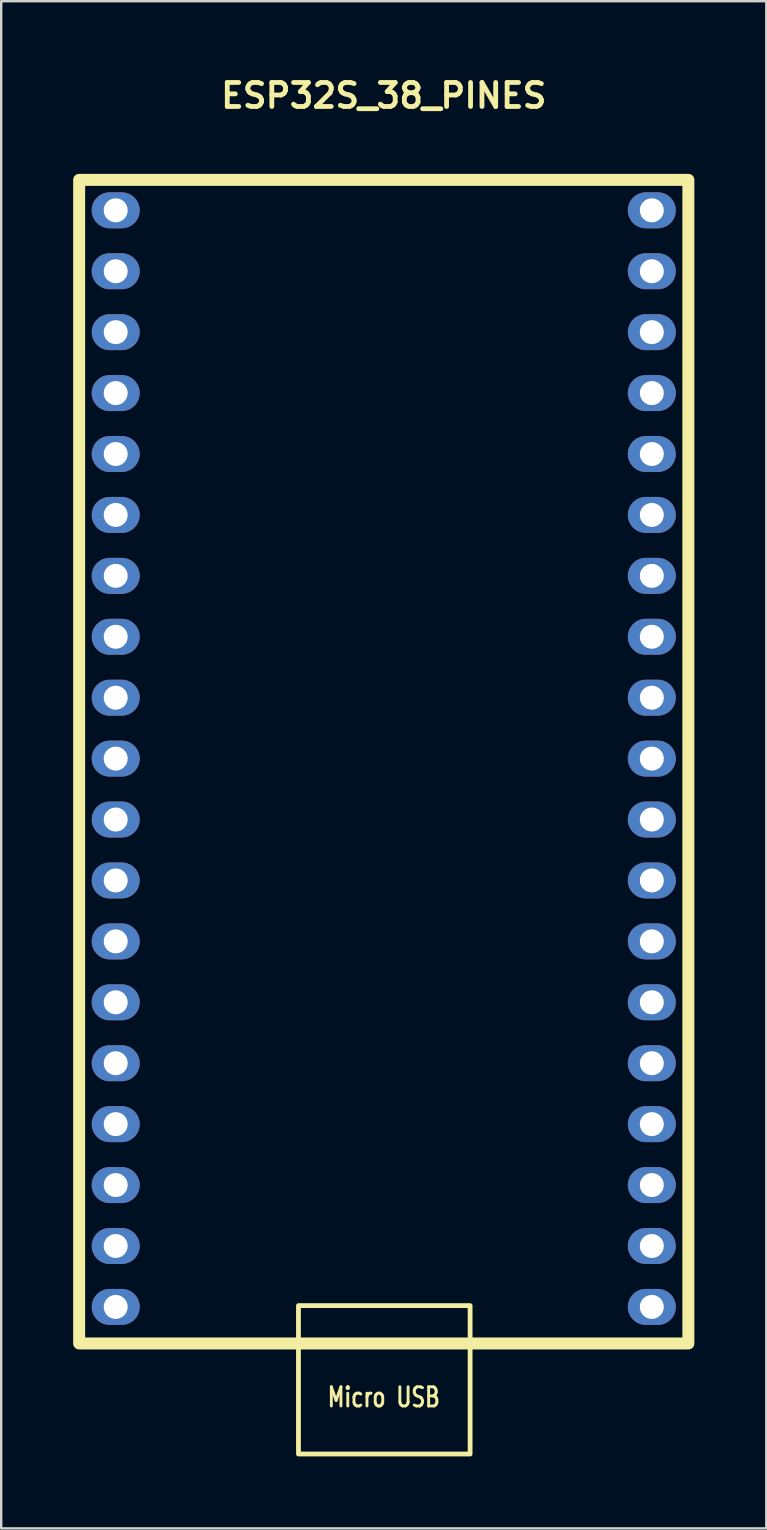
<source format=kicad_pcb>
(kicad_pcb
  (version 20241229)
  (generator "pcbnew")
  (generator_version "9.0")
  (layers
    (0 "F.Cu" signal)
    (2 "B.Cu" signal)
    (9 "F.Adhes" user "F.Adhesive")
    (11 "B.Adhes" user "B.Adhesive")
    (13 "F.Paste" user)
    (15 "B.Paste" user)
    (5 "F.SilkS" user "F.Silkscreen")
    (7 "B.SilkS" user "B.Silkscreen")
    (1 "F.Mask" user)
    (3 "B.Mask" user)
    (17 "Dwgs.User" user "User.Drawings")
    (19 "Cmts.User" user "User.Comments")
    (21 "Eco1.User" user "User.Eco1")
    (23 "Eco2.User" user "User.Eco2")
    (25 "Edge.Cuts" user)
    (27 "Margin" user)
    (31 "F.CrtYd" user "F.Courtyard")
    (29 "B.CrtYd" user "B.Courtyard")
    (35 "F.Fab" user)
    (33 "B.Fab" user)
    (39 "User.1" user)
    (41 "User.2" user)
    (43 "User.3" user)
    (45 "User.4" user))
  (footprint "ESP32S_38_PINES"
    (layer "F.Cu")
    (at 12.95 0.936)
    (property "Reference" "ESP32S_38_PINES" (at 0 0 0) (unlocked yes) (layer "F.SilkS") (effects (font (size 1 1) (thickness 0.2) (bold yes))))
    (attr smd)
    (fp_rect (start -12.7 3.513) (end 12.7 52.027) (stroke (width 0.5) (type solid)) (fill no) (layer "F.SilkS"))
    (fp_rect (start -3.556 50.449) (end 3.6 56.637) (stroke (width 0.2) (type solid)) (fill no) (layer "F.SilkS"))
    (fp_text user "Micro USB" (at 0 54.737 0) (unlocked yes) (layer "F.SilkS") (effects (font (size 0.8 0.6) (thickness 0.12) (bold yes)) (justify bottom)))
    (pad "1" thru_hole oval (at 11.176 4.783) (size 2 1.5) (drill oval 1) (layers "*.Cu" "*.Mask"))
    (pad "2" thru_hole oval (at 11.176 7.323) (size 2 1.5) (drill oval 1) (layers "*.Cu" "*.Mask"))
    (pad "3" thru_hole oval (at 11.176 9.863) (size 2 1.5) (drill oval 1) (layers "*.Cu" "*.Mask"))
    (pad "4" thru_hole oval (at 11.176 12.403) (size 2 1.5) (drill oval 1) (layers "*.Cu" "*.Mask"))
    (pad "5" thru_hole oval (at 11.176 14.943) (size 2 1.5) (drill oval 1) (layers "*.Cu" "*.Mask"))
    (pad "6" thru_hole oval (at 11.176 17.483) (size 2 1.5) (drill oval 1) (layers "*.Cu" "*.Mask"))
    (pad "7" thru_hole oval (at 11.176 20.023) (size 2 1.5) (drill oval 1) (layers "*.Cu" "*.Mask"))
    (pad "8" thru_hole oval (at 11.176 22.563) (size 2 1.5) (drill oval 1) (layers "*.Cu" "*.Mask"))
    (pad "9" thru_hole oval (at 11.176 25.103) (size 2 1.5) (drill oval 1) (layers "*.Cu" "*.Mask"))
    (pad "10" thru_hole oval (at 11.176 27.643) (size 2 1.5) (drill oval 1) (layers "*.Cu" "*.Mask"))
    (pad "11" thru_hole oval (at 11.176 30.183) (size 2 1.5) (drill oval 1) (layers "*.Cu" "*.Mask"))
    (pad "12" thru_hole oval (at 11.176 32.723) (size 2 1.5) (drill oval 1) (layers "*.Cu" "*.Mask"))
    (pad "13" thru_hole oval (at 11.176 35.263) (size 2 1.5) (drill oval 1) (layers "*.Cu" "*.Mask"))
    (pad "14" thru_hole oval (at 11.176 37.803) (size 2 1.5) (drill oval 1) (layers "*.Cu" "*.Mask"))
    (pad "15" thru_hole oval (at 11.176 40.343) (size 2 1.5) (drill oval 1) (layers "*.Cu" "*.Mask"))
    (pad "16" thru_hole oval (at 11.176 42.883) (size 2 1.5) (drill oval 1) (layers "*.Cu" "*.Mask"))
    (pad "17" thru_hole oval (at 11.176 45.423) (size 2 1.5) (drill oval 1) (layers "*.Cu" "*.Mask"))
    (pad "18" thru_hole oval (at 11.176 47.963) (size 2 1.5) (drill oval 1) (layers "*.Cu" "*.Mask"))
    (pad "19" thru_hole oval (at 11.176 50.503) (size 2 1.5) (drill oval 1) (layers "*.Cu" "*.Mask"))
    (pad "20" thru_hole oval (at -11.176 4.783) (size 2 1.5) (drill oval 1) (layers "*.Cu" "*.Mask"))
    (pad "21" thru_hole oval (at -11.176 7.323) (size 2 1.5) (drill oval 1) (layers "*.Cu" "*.Mask"))
    (pad "22" thru_hole oval (at -11.176 9.863) (size 2 1.5) (drill oval 1) (layers "*.Cu" "*.Mask"))
    (pad "23" thru_hole oval (at -11.176 12.403) (size 2 1.5) (drill oval 1) (layers "*.Cu" "*.Mask"))
    (pad "24" thru_hole oval (at -11.176 14.943) (size 2 1.5) (drill oval 1) (layers "*.Cu" "*.Mask"))
    (pad "25" thru_hole oval (at -11.176 17.483) (size 2 1.5) (drill oval 1) (layers "*.Cu" "*.Mask"))
    (pad "26" thru_hole oval (at -11.176 20.023) (size 2 1.5) (drill oval 1) (layers "*.Cu" "*.Mask"))
    (pad "27" thru_hole oval (at -11.176 22.563) (size 2 1.5) (drill oval 1) (layers "*.Cu" "*.Mask"))
    (pad "28" thru_hole oval (at -11.176 25.103) (size 2 1.5) (drill oval 1) (layers "*.Cu" "*.Mask"))
    (pad "29" thru_hole oval (at -11.176 27.643) (size 2 1.5) (drill oval 1) (layers "*.Cu" "*.Mask"))
    (pad "30" thru_hole oval (at -11.176 30.183) (size 2 1.5) (drill oval 1) (layers "*.Cu" "*.Mask"))
    (pad "31" thru_hole oval (at -11.176 32.723) (size 2 1.5) (drill oval 1) (layers "*.Cu" "*.Mask"))
    (pad "32" thru_hole oval (at -11.176 35.263) (size 2 1.5) (drill oval 1) (layers "*.Cu" "*.Mask"))
    (pad "33" thru_hole oval (at -11.176 37.803) (size 2 1.5) (drill oval 1) (layers "*.Cu" "*.Mask"))
    (pad "34" thru_hole oval (at -11.176 40.343) (size 2 1.5) (drill oval 1) (layers "*.Cu" "*.Mask"))
    (pad "35" thru_hole oval (at -11.176 42.883) (size 2 1.5) (drill oval 1) (layers "*.Cu" "*.Mask"))
    (pad "36" thru_hole oval (at -11.176 45.423) (size 2 1.5) (drill oval 1) (layers "*.Cu" "*.Mask"))
    (pad "37" thru_hole oval (at -11.176 47.963) (size 2 1.5) (drill oval 1) (layers "*.Cu" "*.Mask"))
    (pad "38" thru_hole oval (at -11.176 50.503) (size 2 1.5) (drill oval 1) (layers "*.Cu" "*.Mask")))
  (gr_rect
    (start -3 -3)
    (end 28.9 60.673)
    (stroke (width 0.1) (type default))
    (fill no)
    (layer "Edge.Cuts")))
</source>
